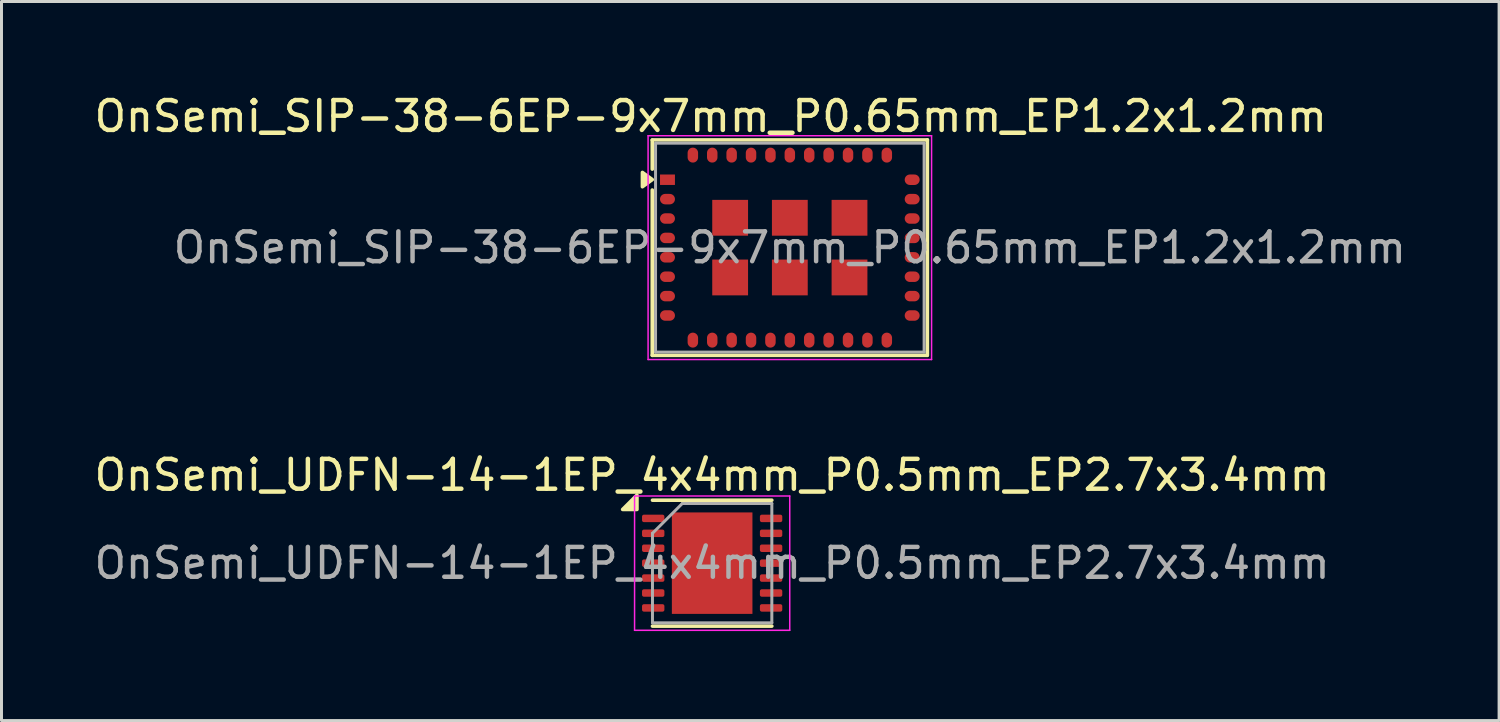
<source format=kicad_pcb>
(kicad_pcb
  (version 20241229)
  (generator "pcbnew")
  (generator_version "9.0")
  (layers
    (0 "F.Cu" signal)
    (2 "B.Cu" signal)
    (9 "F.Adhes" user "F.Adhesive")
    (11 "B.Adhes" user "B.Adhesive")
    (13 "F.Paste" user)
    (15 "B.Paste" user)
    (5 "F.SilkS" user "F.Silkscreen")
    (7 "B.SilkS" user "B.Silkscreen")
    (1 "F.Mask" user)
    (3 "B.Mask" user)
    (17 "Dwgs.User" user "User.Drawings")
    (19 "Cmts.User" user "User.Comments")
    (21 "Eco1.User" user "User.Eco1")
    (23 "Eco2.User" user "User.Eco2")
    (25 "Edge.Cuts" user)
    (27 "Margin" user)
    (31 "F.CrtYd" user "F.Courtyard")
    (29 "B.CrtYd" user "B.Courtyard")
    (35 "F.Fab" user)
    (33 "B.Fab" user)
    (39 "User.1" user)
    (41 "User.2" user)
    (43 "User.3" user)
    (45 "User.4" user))
  (footprint "OnSemi_SIP-38-6EP-9x7mm_P0.65mm_EP1.2x1.2mm"
    (layer "F.Cu")
    (at 23.418 5.248)
    (property "Reference" "OnSemi_SIP-38-6EP-9x7mm_P0.65mm_EP1.2x1.2mm" (at -2.65 -4.4 180) (layer "F.SilkS") (effects (font (size 1 1) (thickness 0.15))))
    (attr smd)
    (fp_line (start -4.61 -3.61) (end 4.61 -3.61) (stroke (width 0.12) (type solid)) (layer "F.SilkS"))
    (fp_line (start -4.61 -2.63) (end -4.61 -3.6) (stroke (width 0.12) (type solid)) (layer "F.SilkS"))
    (fp_line (start -4.61 3.61) (end -4.61 -1.93) (stroke (width 0.12) (type solid)) (layer "F.SilkS"))
    (fp_line (start 4.6 3.61) (end -4.61 3.61) (stroke (width 0.12) (type solid)) (layer "F.SilkS"))
    (fp_line (start 4.61 -3.61) (end 4.61 3.61) (stroke (width 0.12) (type solid)) (layer "F.SilkS"))
    (fp_poly (pts (xy -4.61 -2.28) (xy -4.94 -2.04) (xy -4.94 -2.52) (xy -4.61 -2.28)) (stroke (width 0.12) (type solid)) (fill yes) (layer "F.SilkS"))
    (fp_line (start -4.75 -3.75) (end 4.75 -3.75) (stroke (width 0.05) (type solid)) (layer "F.CrtYd"))
    (fp_line (start -4.75 3.75) (end -4.75 -3.75) (stroke (width 0.05) (type solid)) (layer "F.CrtYd"))
    (fp_line (start 4.75 -3.75) (end 4.75 3.75) (stroke (width 0.05) (type solid)) (layer "F.CrtYd"))
    (fp_line (start 4.75 3.75) (end -4.75 3.75) (stroke (width 0.05) (type solid)) (layer "F.CrtYd"))
    (fp_line (start -4.5 -3.5) (end -4.5 3.5) (stroke (width 0.1) (type solid)) (layer "F.Fab"))
    (fp_line (start -4.5 3.5) (end 4.5 3.5) (stroke (width 0.1) (type solid)) (layer "F.Fab"))
    (fp_line (start 4.5 -3.5) (end -4.5 -3.5) (stroke (width 0.1) (type solid)) (layer "F.Fab"))
    (fp_line (start 4.5 3.5) (end 4.5 -3.5) (stroke (width 0.1) (type solid)) (layer "F.Fab"))
    (fp_text user "${REFERENCE}" (at 0 0 0) (layer "F.Fab") (effects (font (size 1 1) (thickness 0.15))))
    (pad "1" smd rect (at -4.1 -2.275) (size 0.5 0.35) (layers "F.Cu" "F.Mask" "F.Paste"))
    (pad "2" smd oval (at -4.1 -1.625) (size 0.501 0.351) (layers "F.Cu" "F.Mask" "F.Paste"))
    (pad "3" smd oval (at -4.1 -0.975) (size 0.501 0.351) (layers "F.Cu" "F.Mask" "F.Paste"))
    (pad "4" smd oval (at -4.1 -0.325) (size 0.501 0.351) (layers "F.Cu" "F.Mask" "F.Paste"))
    (pad "5" smd oval (at -4.1 0.325) (size 0.501 0.351) (layers "F.Cu" "F.Mask" "F.Paste"))
    (pad "6" smd oval (at -4.1 0.975) (size 0.501 0.351) (layers "F.Cu" "F.Mask" "F.Paste"))
    (pad "7" smd oval (at -4.1 1.625) (size 0.501 0.351) (layers "F.Cu" "F.Mask" "F.Paste"))
    (pad "8" smd oval (at -4.1 2.275) (size 0.501 0.351) (layers "F.Cu" "F.Mask" "F.Paste"))
    (pad "9" smd oval (at -3.25 3.1 90) (size 0.501 0.351) (layers "F.Cu" "F.Mask" "F.Paste"))
    (pad "10" smd oval (at -2.6 3.1 90) (size 0.501 0.351) (layers "F.Cu" "F.Mask" "F.Paste"))
    (pad "11" smd oval (at -1.95 3.1 90) (size 0.501 0.351) (layers "F.Cu" "F.Mask" "F.Paste"))
    (pad "12" smd oval (at -1.3 3.1 90) (size 0.501 0.351) (layers "F.Cu" "F.Mask" "F.Paste"))
    (pad "13" smd oval (at -0.65 3.1 90) (size 0.501 0.351) (layers "F.Cu" "F.Mask" "F.Paste"))
    (pad "14" smd oval (at 0 3.1 90) (size 0.501 0.351) (layers "F.Cu" "F.Mask" "F.Paste"))
    (pad "15" smd oval (at 0.65 3.1 90) (size 0.501 0.351) (layers "F.Cu" "F.Mask" "F.Paste"))
    (pad "16" smd oval (at 1.3 3.1 90) (size 0.501 0.351) (layers "F.Cu" "F.Mask" "F.Paste"))
    (pad "17" smd oval (at 1.95 3.1 90) (size 0.501 0.351) (layers "F.Cu" "F.Mask" "F.Paste"))
    (pad "18" smd oval (at 2.6 3.1 90) (size 0.501 0.351) (layers "F.Cu" "F.Mask" "F.Paste"))
    (pad "19" smd oval (at 3.25 3.1 90) (size 0.501 0.351) (layers "F.Cu" "F.Mask" "F.Paste"))
    (pad "20" smd oval (at 4.1 2.275) (size 0.501 0.351) (layers "F.Cu" "F.Mask" "F.Paste"))
    (pad "21" smd oval (at 4.1 1.625) (size 0.501 0.351) (layers "F.Cu" "F.Mask" "F.Paste"))
    (pad "22" smd oval (at 4.1 0.975) (size 0.501 0.351) (layers "F.Cu" "F.Mask" "F.Paste"))
    (pad "23" smd oval (at 4.1 0.325) (size 0.501 0.351) (layers "F.Cu" "F.Mask" "F.Paste"))
    (pad "24" smd oval (at 4.1 -0.325) (size 0.501 0.351) (layers "F.Cu" "F.Mask" "F.Paste"))
    (pad "25" smd oval (at 4.1 -0.975) (size 0.501 0.351) (layers "F.Cu" "F.Mask" "F.Paste"))
    (pad "26" smd oval (at 4.1 -1.625) (size 0.501 0.351) (layers "F.Cu" "F.Mask" "F.Paste"))
    (pad "27" smd oval (at 4.1 -2.275) (size 0.501 0.351) (layers "F.Cu" "F.Mask" "F.Paste"))
    (pad "28" smd oval (at 3.25 -3.1 90) (size 0.501 0.351) (layers "F.Cu" "F.Mask" "F.Paste"))
    (pad "29" smd oval (at 2.6 -3.1 90) (size 0.501 0.351) (layers "F.Cu" "F.Mask" "F.Paste"))
    (pad "30" smd oval (at 1.95 -3.1 90) (size 0.501 0.351) (layers "F.Cu" "F.Mask" "F.Paste"))
    (pad "31" smd oval (at 1.3 -3.1 90) (size 0.501 0.351) (layers "F.Cu" "F.Mask" "F.Paste"))
    (pad "32" smd oval (at 0.65 -3.1 90) (size 0.501 0.351) (layers "F.Cu" "F.Mask" "F.Paste"))
    (pad "33" smd oval (at 0 -3.1 90) (size 0.501 0.351) (layers "F.Cu" "F.Mask" "F.Paste"))
    (pad "34" smd oval (at -0.65 -3.1 90) (size 0.501 0.351) (layers "F.Cu" "F.Mask" "F.Paste"))
    (pad "35" smd oval (at -1.3 -3.1 90) (size 0.501 0.351) (layers "F.Cu" "F.Mask" "F.Paste"))
    (pad "36" smd oval (at -1.95 -3.1 90) (size 0.501 0.351) (layers "F.Cu" "F.Mask" "F.Paste"))
    (pad "37" smd oval (at -2.6 -3.1 90) (size 0.501 0.351) (layers "F.Cu" "F.Mask" "F.Paste"))
    (pad "38" smd oval (at -3.25 -3.1 90) (size 0.501 0.351) (layers "F.Cu" "F.Mask" "F.Paste"))
    (pad "39" smd rect (at -2 -1) (size 1.2 1.2) (layers "F.Cu" "F.Mask" "F.Paste"))
    (pad "40" smd rect (at -2 1) (size 1.2 1.2) (layers "F.Cu" "F.Mask" "F.Paste"))
    (pad "41" smd rect (at 0 1) (size 1.2 1.2) (layers "F.Cu" "F.Mask" "F.Paste"))
    (pad "42" smd rect (at 2 1) (size 1.2 1.2) (layers "F.Cu" "F.Mask" "F.Paste"))
    (pad "43" smd rect (at 2 -1) (size 1.2 1.2) (layers "F.Cu" "F.Mask" "F.Paste"))
    (pad "44" smd rect (at 0 -1) (size 1.2 1.2) (layers "F.Cu" "F.Mask" "F.Paste")))
  (footprint "OnSemi_UDFN-14-1EP_4x4mm_P0.5mm_EP2.7x3.4mm"
    (layer "F.Cu")
    (at 20.815 15.822)
    (property "Reference" "OnSemi_UDFN-14-1EP_4x4mm_P0.5mm_EP2.7x3.4mm" (at 0 -2.95 0) (layer "F.SilkS") (effects (font (size 1 1) (thickness 0.15))))
    (attr smd)
    (fp_line (start -2 -2.11) (end 2 -2.11) (stroke (width 0.12) (type solid)) (layer "F.SilkS"))
    (fp_line (start -2 2.11) (end 2 2.11) (stroke (width 0.12) (type solid)) (layer "F.SilkS"))
    (fp_poly (pts (xy -2.52 -1.8) (xy -3 -1.8) (xy -2.52 -2.28) (xy -2.52 -1.8)) (stroke (width 0.12) (type solid)) (fill yes) (layer "F.SilkS"))
    (fp_line (start -2.6 -2.25) (end -2.6 2.25) (stroke (width 0.05) (type solid)) (layer "F.CrtYd"))
    (fp_line (start -2.6 2.25) (end 2.6 2.25) (stroke (width 0.05) (type solid)) (layer "F.CrtYd"))
    (fp_line (start 2.6 -2.25) (end -2.6 -2.25) (stroke (width 0.05) (type solid)) (layer "F.CrtYd"))
    (fp_line (start 2.6 2.25) (end 2.6 -2.25) (stroke (width 0.05) (type solid)) (layer "F.CrtYd"))
    (fp_line (start -2 -1) (end -1 -2) (stroke (width 0.1) (type solid)) (layer "F.Fab"))
    (fp_line (start -2 2) (end -2 -1) (stroke (width 0.1) (type solid)) (layer "F.Fab"))
    (fp_line (start -1 -2) (end 2 -2) (stroke (width 0.1) (type solid)) (layer "F.Fab"))
    (fp_line (start 2 -2) (end 2 2) (stroke (width 0.1) (type solid)) (layer "F.Fab"))
    (fp_line (start 2 2) (end -2 2) (stroke (width 0.1) (type solid)) (layer "F.Fab"))
    (fp_text user "${REFERENCE}" (at 0 0 0) (layer "F.Fab") (effects (font (size 1 1) (thickness 0.15))))
    (pad "" smd roundrect (at -0.9 -1.13) (size 0.73 0.91) (layers "F.Paste") (roundrect_rratio 0.25))
    (pad "" smd roundrect (at -0.9 0) (size 0.73 0.91) (layers "F.Paste") (roundrect_rratio 0.25))
    (pad "" smd roundrect (at -0.9 1.13) (size 0.73 0.91) (layers "F.Paste") (roundrect_rratio 0.25))
    (pad "" smd roundrect (at 0 -1.13) (size 0.73 0.91) (layers "F.Paste") (roundrect_rratio 0.25))
    (pad "" smd roundrect (at 0 0) (size 0.73 0.91) (layers "F.Paste") (roundrect_rratio 0.25))
    (pad "" smd roundrect (at 0 1.13) (size 0.73 0.91) (layers "F.Paste") (roundrect_rratio 0.25))
    (pad "" smd roundrect (at 0.9 -1.13) (size 0.73 0.91) (layers "F.Paste") (roundrect_rratio 0.25))
    (pad "" smd roundrect (at 0.9 0) (size 0.73 0.91) (layers "F.Paste") (roundrect_rratio 0.25))
    (pad "" smd roundrect (at 0.9 1.13) (size 0.73 0.91) (layers "F.Paste") (roundrect_rratio 0.25))
    (pad "1" smd roundrect (at -1.975 -1.5) (size 0.75 0.25) (layers "F.Cu" "F.Mask" "F.Paste") (roundrect_rratio 0.25))
    (pad "2" smd roundrect (at -1.975 -1) (size 0.75 0.25) (layers "F.Cu" "F.Mask" "F.Paste") (roundrect_rratio 0.25))
    (pad "3" smd roundrect (at -1.975 -0.5) (size 0.75 0.25) (layers "F.Cu" "F.Mask" "F.Paste") (roundrect_rratio 0.25))
    (pad "4" smd roundrect (at -1.975 0) (size 0.75 0.25) (layers "F.Cu" "F.Mask" "F.Paste") (roundrect_rratio 0.25))
    (pad "5" smd roundrect (at -1.975 0.5) (size 0.75 0.25) (layers "F.Cu" "F.Mask" "F.Paste") (roundrect_rratio 0.25))
    (pad "6" smd roundrect (at -1.975 1) (size 0.75 0.25) (layers "F.Cu" "F.Mask" "F.Paste") (roundrect_rratio 0.25))
    (pad "7" smd roundrect (at -1.975 1.5) (size 0.75 0.25) (layers "F.Cu" "F.Mask" "F.Paste") (roundrect_rratio 0.25))
    (pad "8" smd roundrect (at 1.975 1.5) (size 0.75 0.25) (layers "F.Cu" "F.Mask" "F.Paste") (roundrect_rratio 0.25))
    (pad "9" smd roundrect (at 1.975 1) (size 0.75 0.25) (layers "F.Cu" "F.Mask" "F.Paste") (roundrect_rratio 0.25))
    (pad "10" smd roundrect (at 1.975 0.5) (size 0.75 0.25) (layers "F.Cu" "F.Mask" "F.Paste") (roundrect_rratio 0.25))
    (pad "11" smd roundrect (at 1.975 0) (size 0.75 0.25) (layers "F.Cu" "F.Mask" "F.Paste") (roundrect_rratio 0.25))
    (pad "12" smd roundrect (at 1.975 -0.5) (size 0.75 0.25) (layers "F.Cu" "F.Mask" "F.Paste") (roundrect_rratio 0.25))
    (pad "13" smd roundrect (at 1.975 -1) (size 0.75 0.25) (layers "F.Cu" "F.Mask" "F.Paste") (roundrect_rratio 0.25))
    (pad "14" smd roundrect (at 1.975 -1.5) (size 0.75 0.25) (layers "F.Cu" "F.Mask" "F.Paste") (roundrect_rratio 0.25))
    (pad "15" smd rect (at 0 0) (size 2.7 3.4) (property pad_prop_heatsink) (layers "F.Cu" "F.Mask")))
  (gr_rect
    (start -3 -3)
    (end 47.186 21.096)
    (stroke (width 0.1) (type default))
    (fill no)
    (layer "Edge.Cuts")))
</source>
